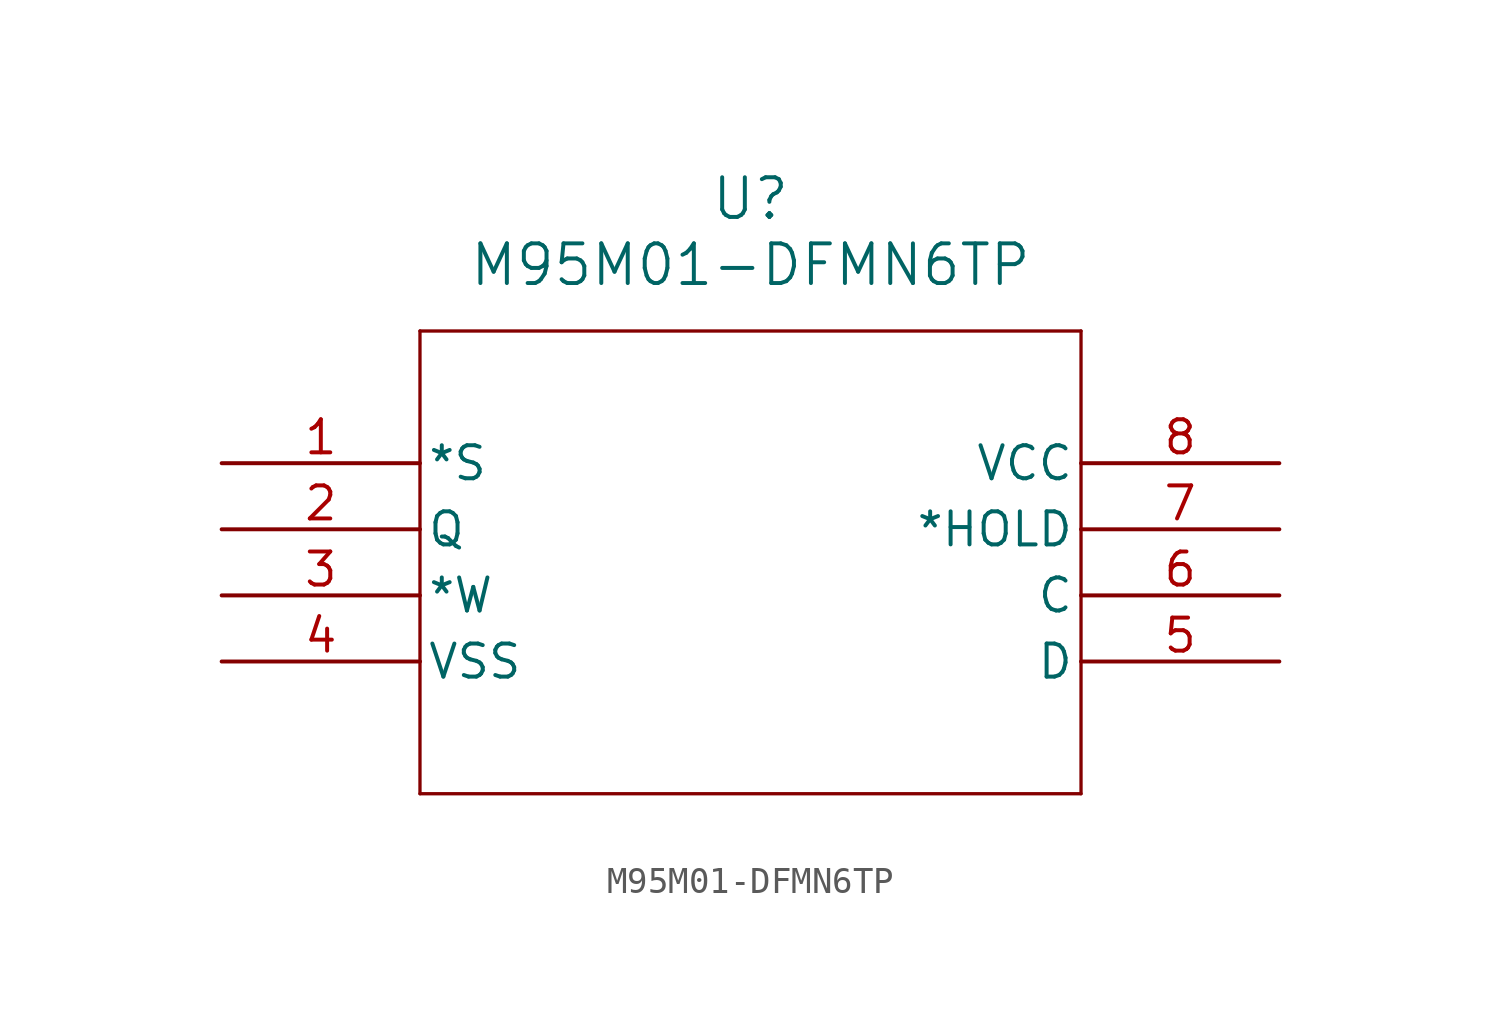
<source format=kicad_sym>
(kicad_symbol_lib
  (version 20211014)
  (generator kicad_symbol_editor)
  (symbol "M95M01-DFMN6TP"
    (pin_names
      (offset 0.254))
    (property "Reference" "U"
      (at 20.32 10.16 0)
      (effects (font (size 1.524 1.524))))
    (property "Value" "M95M01-DFMN6TP"
      (at 20.32 7.62 0)
      (effects (font (size 1.524 1.524))))
    (symbol "M95M01-DFMN6TP_0_1"
      (polyline (pts (xy 7.62 5.08) (xy 7.62 -12.7)) (stroke (width 0.127) (type default) (color 0 0 0 0)) (fill (type none)))
      (polyline (pts (xy 7.62 -12.7) (xy 33.02 -12.7)) (stroke (width 0.127) (type default) (color 0 0 0 0)) (fill (type none)))
      (polyline (pts (xy 33.02 -12.7) (xy 33.02 5.08)) (stroke (width 0.127) (type default) (color 0 0 0 0)) (fill (type none)))
      (polyline (pts (xy 33.02 5.08) (xy 7.62 5.08)) (stroke (width 0.127) (type default) (color 0 0 0 0)) (fill (type none)))
      (pin unspecified line (at 0 0 0) (length 7.62) (name "*S" (effects (font (size 1.27 1.27)))) (number "1" (effects (font (size 1.27 1.27)))))
      (pin unspecified line (at 0 -2.54 0) (length 7.62) (name "Q" (effects (font (size 1.27 1.27)))) (number "2" (effects (font (size 1.27 1.27)))))
      (pin unspecified line (at 0 -5.08 0) (length 7.62) (name "*W" (effects (font (size 1.27 1.27)))) (number "3" (effects (font (size 1.27 1.27)))))
      (pin unspecified line (at 0 -7.62 0) (length 7.62) (name "VSS" (effects (font (size 1.27 1.27)))) (number "4" (effects (font (size 1.27 1.27)))))
      (pin unspecified line (at 40.64 -7.62 180) (length 7.62) (name "D" (effects (font (size 1.27 1.27)))) (number "5" (effects (font (size 1.27 1.27)))))
      (pin unspecified line (at 40.64 -5.08 180) (length 7.62) (name "C" (effects (font (size 1.27 1.27)))) (number "6" (effects (font (size 1.27 1.27)))))
      (pin unspecified line (at 40.64 -2.54 180) (length 7.62) (name "*HOLD" (effects (font (size 1.27 1.27)))) (number "7" (effects (font (size 1.27 1.27)))))
      (pin unspecified line (at 40.64 0 180) (length 7.62) (name "VCC" (effects (font (size 1.27 1.27)))) (number "8" (effects (font (size 1.27 1.27))))))))
</source>
